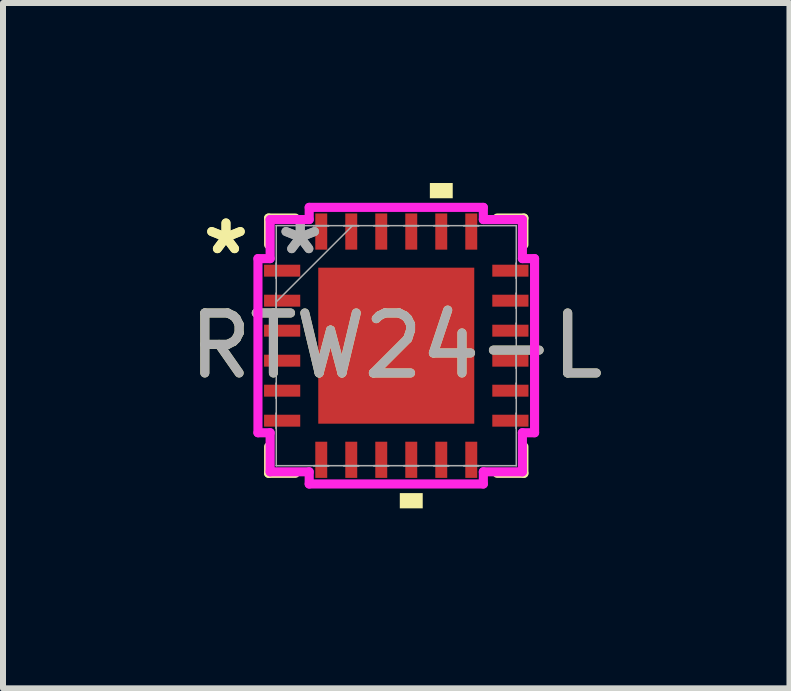
<source format=kicad_pcb>
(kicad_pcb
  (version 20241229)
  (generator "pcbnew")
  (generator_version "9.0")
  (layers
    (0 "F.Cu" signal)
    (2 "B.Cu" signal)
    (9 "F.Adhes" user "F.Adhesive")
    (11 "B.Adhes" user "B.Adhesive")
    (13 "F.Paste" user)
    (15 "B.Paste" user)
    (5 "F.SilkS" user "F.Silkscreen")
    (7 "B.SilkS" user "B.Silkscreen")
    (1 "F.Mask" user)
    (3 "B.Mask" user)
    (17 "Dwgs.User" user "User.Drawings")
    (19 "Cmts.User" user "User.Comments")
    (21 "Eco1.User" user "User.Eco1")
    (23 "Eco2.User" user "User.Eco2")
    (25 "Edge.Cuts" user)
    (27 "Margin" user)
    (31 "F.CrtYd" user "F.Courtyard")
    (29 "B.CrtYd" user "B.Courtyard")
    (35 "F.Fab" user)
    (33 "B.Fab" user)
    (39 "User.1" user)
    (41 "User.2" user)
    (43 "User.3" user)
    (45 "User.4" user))
  (footprint "RTW24-L"
    (layer "F.Cu")
    (at 3.554 2.711)
    (property "Reference" "RTW24-L" (at 0 0 0) (unlocked yes) (layer "F.SilkS") (effects (font (size 1 1) (thickness 0.15))))
    (attr smd)
    (fp_line (start -2.127 -2.127) (end -2.127 -1.682) (stroke (width 0.152) (type solid)) (layer "F.SilkS"))
    (fp_line (start -2.127 1.682) (end -2.127 2.127) (stroke (width 0.152) (type solid)) (layer "F.SilkS"))
    (fp_line (start -2.127 2.127) (end -1.682 2.127) (stroke (width 0.152) (type solid)) (layer "F.SilkS"))
    (fp_line (start -1.682 -2.127) (end -2.127 -2.127) (stroke (width 0.152) (type solid)) (layer "F.SilkS"))
    (fp_line (start 1.682 2.127) (end 2.127 2.127) (stroke (width 0.152) (type solid)) (layer "F.SilkS"))
    (fp_line (start 2.127 -2.127) (end 1.682 -2.127) (stroke (width 0.152) (type solid)) (layer "F.SilkS"))
    (fp_line (start 2.127 -1.682) (end 2.127 -2.127) (stroke (width 0.152) (type solid)) (layer "F.SilkS"))
    (fp_line (start 2.127 2.127) (end 2.127 1.682) (stroke (width 0.152) (type solid)) (layer "F.SilkS"))
    (fp_poly (pts (xy 0.059 2.457) (xy 0.059 2.711) (xy 0.441 2.711) (xy 0.441 2.457)) (stroke (width 0) (type solid)) (fill yes) (layer "F.SilkS"))
    (fp_poly (pts (xy 0.56 -2.457) (xy 0.56 -2.711) (xy 0.941 -2.711) (xy 0.941 -2.457)) (stroke (width 0) (type solid)) (fill yes) (layer "F.SilkS"))
    (fp_poly (pts (xy -1.2 -1.2) (xy -1.2 -0.1) (xy -0.1 -0.1) (xy -0.1 -1.2)) (stroke (width 0) (type solid)) (fill yes) (layer "F.Paste"))
    (fp_poly (pts (xy -1.2 0.1) (xy -1.2 1.2) (xy -0.1 1.2) (xy -0.1 0.1)) (stroke (width 0) (type solid)) (fill yes) (layer "F.Paste"))
    (fp_poly (pts (xy 0.1 -1.2) (xy 0.1 -0.1) (xy 1.2 -0.1) (xy 1.2 -1.2)) (stroke (width 0) (type solid)) (fill yes) (layer "F.Paste"))
    (fp_poly (pts (xy 0.1 0.1) (xy 0.1 1.2) (xy 1.2 1.2) (xy 1.2 0.1)) (stroke (width 0) (type solid)) (fill yes) (layer "F.Paste"))
    (fp_line (start -2.305 -1.451) (end -2.102 -1.451) (stroke (width 0.152) (type solid)) (layer "F.CrtYd"))
    (fp_line (start -2.305 1.451) (end -2.305 -1.451) (stroke (width 0.152) (type solid)) (layer "F.CrtYd"))
    (fp_line (start -2.102 -2.102) (end -1.451 -2.102) (stroke (width 0.152) (type solid)) (layer "F.CrtYd"))
    (fp_line (start -2.102 -1.451) (end -2.102 -2.102) (stroke (width 0.152) (type solid)) (layer "F.CrtYd"))
    (fp_line (start -2.102 1.451) (end -2.305 1.451) (stroke (width 0.152) (type solid)) (layer "F.CrtYd"))
    (fp_line (start -2.102 2.102) (end -2.102 1.451) (stroke (width 0.152) (type solid)) (layer "F.CrtYd"))
    (fp_line (start -1.451 -2.305) (end 1.451 -2.305) (stroke (width 0.152) (type solid)) (layer "F.CrtYd"))
    (fp_line (start -1.451 -2.102) (end -1.451 -2.305) (stroke (width 0.152) (type solid)) (layer "F.CrtYd"))
    (fp_line (start -1.451 2.102) (end -2.102 2.102) (stroke (width 0.152) (type solid)) (layer "F.CrtYd"))
    (fp_line (start -1.451 2.305) (end -1.451 2.102) (stroke (width 0.152) (type solid)) (layer "F.CrtYd"))
    (fp_line (start 1.451 -2.305) (end 1.451 -2.102) (stroke (width 0.152) (type solid)) (layer "F.CrtYd"))
    (fp_line (start 1.451 -2.102) (end 2.102 -2.102) (stroke (width 0.152) (type solid)) (layer "F.CrtYd"))
    (fp_line (start 1.451 2.102) (end 1.451 2.305) (stroke (width 0.152) (type solid)) (layer "F.CrtYd"))
    (fp_line (start 1.451 2.305) (end -1.451 2.305) (stroke (width 0.152) (type solid)) (layer "F.CrtYd"))
    (fp_line (start 2.102 -2.102) (end 2.102 -1.451) (stroke (width 0.152) (type solid)) (layer "F.CrtYd"))
    (fp_line (start 2.102 -1.451) (end 2.305 -1.451) (stroke (width 0.152) (type solid)) (layer "F.CrtYd"))
    (fp_line (start 2.102 1.451) (end 2.102 2.102) (stroke (width 0.152) (type solid)) (layer "F.CrtYd"))
    (fp_line (start 2.102 2.102) (end 1.451 2.102) (stroke (width 0.152) (type solid)) (layer "F.CrtYd"))
    (fp_line (start 2.305 -1.451) (end 2.305 1.451) (stroke (width 0.152) (type solid)) (layer "F.CrtYd"))
    (fp_line (start 2.305 1.451) (end 2.102 1.451) (stroke (width 0.152) (type solid)) (layer "F.CrtYd"))
    (fp_line (start -2 -2) (end -2 -2) (stroke (width 0.025) (type solid)) (layer "F.Fab"))
    (fp_line (start -2 -2) (end -2 2) (stroke (width 0.025) (type solid)) (layer "F.Fab"))
    (fp_line (start -2 -1.375) (end -2 -1.375) (stroke (width 0.025) (type solid)) (layer "F.Fab"))
    (fp_line (start -2 -1.375) (end -2 -1.125) (stroke (width 0.025) (type solid)) (layer "F.Fab"))
    (fp_line (start -2 -1.125) (end -2 -1.375) (stroke (width 0.025) (type solid)) (layer "F.Fab"))
    (fp_line (start -2 -1.125) (end -2 -1.125) (stroke (width 0.025) (type solid)) (layer "F.Fab"))
    (fp_line (start -2 -0.875) (end -2 -0.875) (stroke (width 0.025) (type solid)) (layer "F.Fab"))
    (fp_line (start -2 -0.875) (end -2 -0.625) (stroke (width 0.025) (type solid)) (layer "F.Fab"))
    (fp_line (start -2 -0.73) (end -0.73 -2) (stroke (width 0.025) (type solid)) (layer "F.Fab"))
    (fp_line (start -2 -0.625) (end -2 -0.875) (stroke (width 0.025) (type solid)) (layer "F.Fab"))
    (fp_line (start -2 -0.625) (end -2 -0.625) (stroke (width 0.025) (type solid)) (layer "F.Fab"))
    (fp_line (start -2 -0.375) (end -2 -0.375) (stroke (width 0.025) (type solid)) (layer "F.Fab"))
    (fp_line (start -2 -0.375) (end -2 -0.125) (stroke (width 0.025) (type solid)) (layer "F.Fab"))
    (fp_line (start -2 -0.125) (end -2 -0.375) (stroke (width 0.025) (type solid)) (layer "F.Fab"))
    (fp_line (start -2 -0.125) (end -2 -0.125) (stroke (width 0.025) (type solid)) (layer "F.Fab"))
    (fp_line (start -2 0.125) (end -2 0.125) (stroke (width 0.025) (type solid)) (layer "F.Fab"))
    (fp_line (start -2 0.125) (end -2 0.375) (stroke (width 0.025) (type solid)) (layer "F.Fab"))
    (fp_line (start -2 0.375) (end -2 0.125) (stroke (width 0.025) (type solid)) (layer "F.Fab"))
    (fp_line (start -2 0.375) (end -2 0.375) (stroke (width 0.025) (type solid)) (layer "F.Fab"))
    (fp_line (start -2 0.625) (end -2 0.625) (stroke (width 0.025) (type solid)) (layer "F.Fab"))
    (fp_line (start -2 0.625) (end -2 0.875) (stroke (width 0.025) (type solid)) (layer "F.Fab"))
    (fp_line (start -2 0.875) (end -2 0.625) (stroke (width 0.025) (type solid)) (layer "F.Fab"))
    (fp_line (start -2 0.875) (end -2 0.875) (stroke (width 0.025) (type solid)) (layer "F.Fab"))
    (fp_line (start -2 1.125) (end -2 1.125) (stroke (width 0.025) (type solid)) (layer "F.Fab"))
    (fp_line (start -2 1.125) (end -2 1.375) (stroke (width 0.025) (type solid)) (layer "F.Fab"))
    (fp_line (start -2 1.375) (end -2 1.125) (stroke (width 0.025) (type solid)) (layer "F.Fab"))
    (fp_line (start -2 1.375) (end -2 1.375) (stroke (width 0.025) (type solid)) (layer "F.Fab"))
    (fp_line (start -2 2) (end -2 2) (stroke (width 0.025) (type solid)) (layer "F.Fab"))
    (fp_line (start -2 2) (end 2 2) (stroke (width 0.025) (type solid)) (layer "F.Fab"))
    (fp_line (start -1.375 -2) (end -1.375 -2) (stroke (width 0.025) (type solid)) (layer "F.Fab"))
    (fp_line (start -1.375 -2) (end -1.125 -2) (stroke (width 0.025) (type solid)) (layer "F.Fab"))
    (fp_line (start -1.375 2) (end -1.375 2) (stroke (width 0.025) (type solid)) (layer "F.Fab"))
    (fp_line (start -1.375 2) (end -1.125 2) (stroke (width 0.025) (type solid)) (layer "F.Fab"))
    (fp_line (start -1.125 -2) (end -1.375 -2) (stroke (width 0.025) (type solid)) (layer "F.Fab"))
    (fp_line (start -1.125 -2) (end -1.125 -2) (stroke (width 0.025) (type solid)) (layer "F.Fab"))
    (fp_line (start -1.125 2) (end -1.375 2) (stroke (width 0.025) (type solid)) (layer "F.Fab"))
    (fp_line (start -1.125 2) (end -1.125 2) (stroke (width 0.025) (type solid)) (layer "F.Fab"))
    (fp_line (start -0.875 -2) (end -0.875 -2) (stroke (width 0.025) (type solid)) (layer "F.Fab"))
    (fp_line (start -0.875 -2) (end -0.625 -2) (stroke (width 0.025) (type solid)) (layer "F.Fab"))
    (fp_line (start -0.875 2) (end -0.875 2) (stroke (width 0.025) (type solid)) (layer "F.Fab"))
    (fp_line (start -0.875 2) (end -0.625 2) (stroke (width 0.025) (type solid)) (layer "F.Fab"))
    (fp_line (start -0.625 -2) (end -0.875 -2) (stroke (width 0.025) (type solid)) (layer "F.Fab"))
    (fp_line (start -0.625 -2) (end -0.625 -2) (stroke (width 0.025) (type solid)) (layer "F.Fab"))
    (fp_line (start -0.625 2) (end -0.875 2) (stroke (width 0.025) (type solid)) (layer "F.Fab"))
    (fp_line (start -0.625 2) (end -0.625 2) (stroke (width 0.025) (type solid)) (layer "F.Fab"))
    (fp_line (start -0.375 -2) (end -0.375 -2) (stroke (width 0.025) (type solid)) (layer "F.Fab"))
    (fp_line (start -0.375 -2) (end -0.125 -2) (stroke (width 0.025) (type solid)) (layer "F.Fab"))
    (fp_line (start -0.375 2) (end -0.375 2) (stroke (width 0.025) (type solid)) (layer "F.Fab"))
    (fp_line (start -0.375 2) (end -0.125 2) (stroke (width 0.025) (type solid)) (layer "F.Fab"))
    (fp_line (start -0.125 -2) (end -0.375 -2) (stroke (width 0.025) (type solid)) (layer "F.Fab"))
    (fp_line (start -0.125 -2) (end -0.125 -2) (stroke (width 0.025) (type solid)) (layer "F.Fab"))
    (fp_line (start -0.125 2) (end -0.375 2) (stroke (width 0.025) (type solid)) (layer "F.Fab"))
    (fp_line (start -0.125 2) (end -0.125 2) (stroke (width 0.025) (type solid)) (layer "F.Fab"))
    (fp_line (start 0.125 -2) (end 0.125 -2) (stroke (width 0.025) (type solid)) (layer "F.Fab"))
    (fp_line (start 0.125 -2) (end 0.375 -2) (stroke (width 0.025) (type solid)) (layer "F.Fab"))
    (fp_line (start 0.125 2) (end 0.125 2) (stroke (width 0.025) (type solid)) (layer "F.Fab"))
    (fp_line (start 0.125 2) (end 0.375 2) (stroke (width 0.025) (type solid)) (layer "F.Fab"))
    (fp_line (start 0.375 -2) (end 0.125 -2) (stroke (width 0.025) (type solid)) (layer "F.Fab"))
    (fp_line (start 0.375 -2) (end 0.375 -2) (stroke (width 0.025) (type solid)) (layer "F.Fab"))
    (fp_line (start 0.375 2) (end 0.125 2) (stroke (width 0.025) (type solid)) (layer "F.Fab"))
    (fp_line (start 0.375 2) (end 0.375 2) (stroke (width 0.025) (type solid)) (layer "F.Fab"))
    (fp_line (start 0.625 -2) (end 0.625 -2) (stroke (width 0.025) (type solid)) (layer "F.Fab"))
    (fp_line (start 0.625 -2) (end 0.875 -2) (stroke (width 0.025) (type solid)) (layer "F.Fab"))
    (fp_line (start 0.625 2) (end 0.625 2) (stroke (width 0.025) (type solid)) (layer "F.Fab"))
    (fp_line (start 0.625 2) (end 0.875 2) (stroke (width 0.025) (type solid)) (layer "F.Fab"))
    (fp_line (start 0.875 -2) (end 0.625 -2) (stroke (width 0.025) (type solid)) (layer "F.Fab"))
    (fp_line (start 0.875 -2) (end 0.875 -2) (stroke (width 0.025) (type solid)) (layer "F.Fab"))
    (fp_line (start 0.875 2) (end 0.625 2) (stroke (width 0.025) (type solid)) (layer "F.Fab"))
    (fp_line (start 0.875 2) (end 0.875 2) (stroke (width 0.025) (type solid)) (layer "F.Fab"))
    (fp_line (start 1.125 -2) (end 1.125 -2) (stroke (width 0.025) (type solid)) (layer "F.Fab"))
    (fp_line (start 1.125 -2) (end 1.375 -2) (stroke (width 0.025) (type solid)) (layer "F.Fab"))
    (fp_line (start 1.125 2) (end 1.125 2) (stroke (width 0.025) (type solid)) (layer "F.Fab"))
    (fp_line (start 1.125 2) (end 1.375 2) (stroke (width 0.025) (type solid)) (layer "F.Fab"))
    (fp_line (start 1.375 -2) (end 1.125 -2) (stroke (width 0.025) (type solid)) (layer "F.Fab"))
    (fp_line (start 1.375 -2) (end 1.375 -2) (stroke (width 0.025) (type solid)) (layer "F.Fab"))
    (fp_line (start 1.375 2) (end 1.125 2) (stroke (width 0.025) (type solid)) (layer "F.Fab"))
    (fp_line (start 1.375 2) (end 1.375 2) (stroke (width 0.025) (type solid)) (layer "F.Fab"))
    (fp_line (start 2 -2) (end -2 -2) (stroke (width 0.025) (type solid)) (layer "F.Fab"))
    (fp_line (start 2 -2) (end 2 -2) (stroke (width 0.025) (type solid)) (layer "F.Fab"))
    (fp_line (start 2 -1.375) (end 2 -1.375) (stroke (width 0.025) (type solid)) (layer "F.Fab"))
    (fp_line (start 2 -1.375) (end 2 -1.125) (stroke (width 0.025) (type solid)) (layer "F.Fab"))
    (fp_line (start 2 -1.125) (end 2 -1.375) (stroke (width 0.025) (type solid)) (layer "F.Fab"))
    (fp_line (start 2 -1.125) (end 2 -1.125) (stroke (width 0.025) (type solid)) (layer "F.Fab"))
    (fp_line (start 2 -0.875) (end 2 -0.875) (stroke (width 0.025) (type solid)) (layer "F.Fab"))
    (fp_line (start 2 -0.875) (end 2 -0.625) (stroke (width 0.025) (type solid)) (layer "F.Fab"))
    (fp_line (start 2 -0.625) (end 2 -0.875) (stroke (width 0.025) (type solid)) (layer "F.Fab"))
    (fp_line (start 2 -0.625) (end 2 -0.625) (stroke (width 0.025) (type solid)) (layer "F.Fab"))
    (fp_line (start 2 -0.375) (end 2 -0.375) (stroke (width 0.025) (type solid)) (layer "F.Fab"))
    (fp_line (start 2 -0.375) (end 2 -0.125) (stroke (width 0.025) (type solid)) (layer "F.Fab"))
    (fp_line (start 2 -0.125) (end 2 -0.375) (stroke (width 0.025) (type solid)) (layer "F.Fab"))
    (fp_line (start 2 -0.125) (end 2 -0.125) (stroke (width 0.025) (type solid)) (layer "F.Fab"))
    (fp_line (start 2 0.125) (end 2 0.125) (stroke (width 0.025) (type solid)) (layer "F.Fab"))
    (fp_line (start 2 0.125) (end 2 0.375) (stroke (width 0.025) (type solid)) (layer "F.Fab"))
    (fp_line (start 2 0.375) (end 2 0.125) (stroke (width 0.025) (type solid)) (layer "F.Fab"))
    (fp_line (start 2 0.375) (end 2 0.375) (stroke (width 0.025) (type solid)) (layer "F.Fab"))
    (fp_line (start 2 0.625) (end 2 0.625) (stroke (width 0.025) (type solid)) (layer "F.Fab"))
    (fp_line (start 2 0.625) (end 2 0.875) (stroke (width 0.025) (type solid)) (layer "F.Fab"))
    (fp_line (start 2 0.875) (end 2 0.625) (stroke (width 0.025) (type solid)) (layer "F.Fab"))
    (fp_line (start 2 0.875) (end 2 0.875) (stroke (width 0.025) (type solid)) (layer "F.Fab"))
    (fp_line (start 2 1.125) (end 2 1.125) (stroke (width 0.025) (type solid)) (layer "F.Fab"))
    (fp_line (start 2 1.125) (end 2 1.375) (stroke (width 0.025) (type solid)) (layer "F.Fab"))
    (fp_line (start 2 1.375) (end 2 1.125) (stroke (width 0.025) (type solid)) (layer "F.Fab"))
    (fp_line (start 2 1.375) (end 2 1.375) (stroke (width 0.025) (type solid)) (layer "F.Fab"))
    (fp_line (start 2 2) (end 2 -2) (stroke (width 0.025) (type solid)) (layer "F.Fab"))
    (fp_line (start 2 2) (end 2 2) (stroke (width 0.025) (type solid)) (layer "F.Fab"))
    (fp_text user "*" (at -2.838 -1.5 0) (layer "F.SilkS") (effects (font (size 1 1) (thickness 0.15))))
    (fp_text user "*" (at -2.838 -1.5 0) (unlocked yes) (layer "F.SilkS") (effects (font (size 1 1) (thickness 0.15))))
    (fp_text user "*" (at -1.6 -1.5 0) (unlocked yes) (layer "F.Fab") (effects (font (size 1 1) (thickness 0.15))))
    (fp_text user "*" (at -1.6 -1.5 0) (layer "F.Fab") (effects (font (size 1 1) (thickness 0.15))))
    (fp_text user "${REFERENCE}" (at 0 0 0) (unlocked yes) (layer "F.Fab") (effects (font (size 1 1) (thickness 0.15))))
    (pad "1" smd rect (at -1.902 -1.25 90) (size 0.199 0.603) (layers "F.Cu" "F.Mask" "F.Paste"))
    (pad "2" smd rect (at -1.902 -0.75 90) (size 0.199 0.603) (layers "F.Cu" "F.Mask" "F.Paste"))
    (pad "3" smd rect (at -1.902 -0.25 90) (size 0.199 0.603) (layers "F.Cu" "F.Mask" "F.Paste"))
    (pad "4" smd rect (at -1.902 0.25 90) (size 0.199 0.603) (layers "F.Cu" "F.Mask" "F.Paste"))
    (pad "5" smd rect (at -1.902 0.75 90) (size 0.199 0.603) (layers "F.Cu" "F.Mask" "F.Paste"))
    (pad "6" smd rect (at -1.902 1.25 90) (size 0.199 0.603) (layers "F.Cu" "F.Mask" "F.Paste"))
    (pad "7" smd rect (at -1.25 1.902) (size 0.199 0.603) (layers "F.Cu" "F.Mask" "F.Paste"))
    (pad "8" smd rect (at -0.75 1.902) (size 0.199 0.603) (layers "F.Cu" "F.Mask" "F.Paste"))
    (pad "9" smd rect (at -0.25 1.902) (size 0.199 0.603) (layers "F.Cu" "F.Mask" "F.Paste"))
    (pad "10" smd rect (at 0.25 1.902) (size 0.199 0.603) (layers "F.Cu" "F.Mask" "F.Paste"))
    (pad "11" smd rect (at 0.75 1.902) (size 0.199 0.603) (layers "F.Cu" "F.Mask" "F.Paste"))
    (pad "12" smd rect (at 1.25 1.902) (size 0.199 0.603) (layers "F.Cu" "F.Mask" "F.Paste"))
    (pad "13" smd rect (at 1.902 1.25 90) (size 0.199 0.603) (layers "F.Cu" "F.Mask" "F.Paste"))
    (pad "14" smd rect (at 1.902 0.75 90) (size 0.199 0.603) (layers "F.Cu" "F.Mask" "F.Paste"))
    (pad "15" smd rect (at 1.902 0.25 90) (size 0.199 0.603) (layers "F.Cu" "F.Mask" "F.Paste"))
    (pad "16" smd rect (at 1.902 -0.25 90) (size 0.199 0.603) (layers "F.Cu" "F.Mask" "F.Paste"))
    (pad "17" smd rect (at 1.902 -0.75 90) (size 0.199 0.603) (layers "F.Cu" "F.Mask" "F.Paste"))
    (pad "18" smd rect (at 1.902 -1.25 90) (size 0.199 0.603) (layers "F.Cu" "F.Mask" "F.Paste"))
    (pad "19" smd rect (at 1.25 -1.902) (size 0.199 0.603) (layers "F.Cu" "F.Mask" "F.Paste"))
    (pad "20" smd rect (at 0.75 -1.902) (size 0.199 0.603) (layers "F.Cu" "F.Mask" "F.Paste"))
    (pad "21" smd rect (at 0.25 -1.902) (size 0.199 0.603) (layers "F.Cu" "F.Mask" "F.Paste"))
    (pad "22" smd rect (at -0.25 -1.902) (size 0.199 0.603) (layers "F.Cu" "F.Mask" "F.Paste"))
    (pad "23" smd rect (at -0.75 -1.902) (size 0.199 0.603) (layers "F.Cu" "F.Mask" "F.Paste"))
    (pad "24" smd rect (at -1.25 -1.902) (size 0.199 0.603) (layers "F.Cu" "F.Mask" "F.Paste"))
    (pad "25" smd rect (at 0 0) (size 2.6 2.6) (layers "F.Cu" "F.Mask" "F.Paste")))
  (gr_rect
    (start -3 -3)
    (end 10.107 8.422)
    (stroke (width 0.1) (type default))
    (fill no)
    (layer "Edge.Cuts")))
</source>
